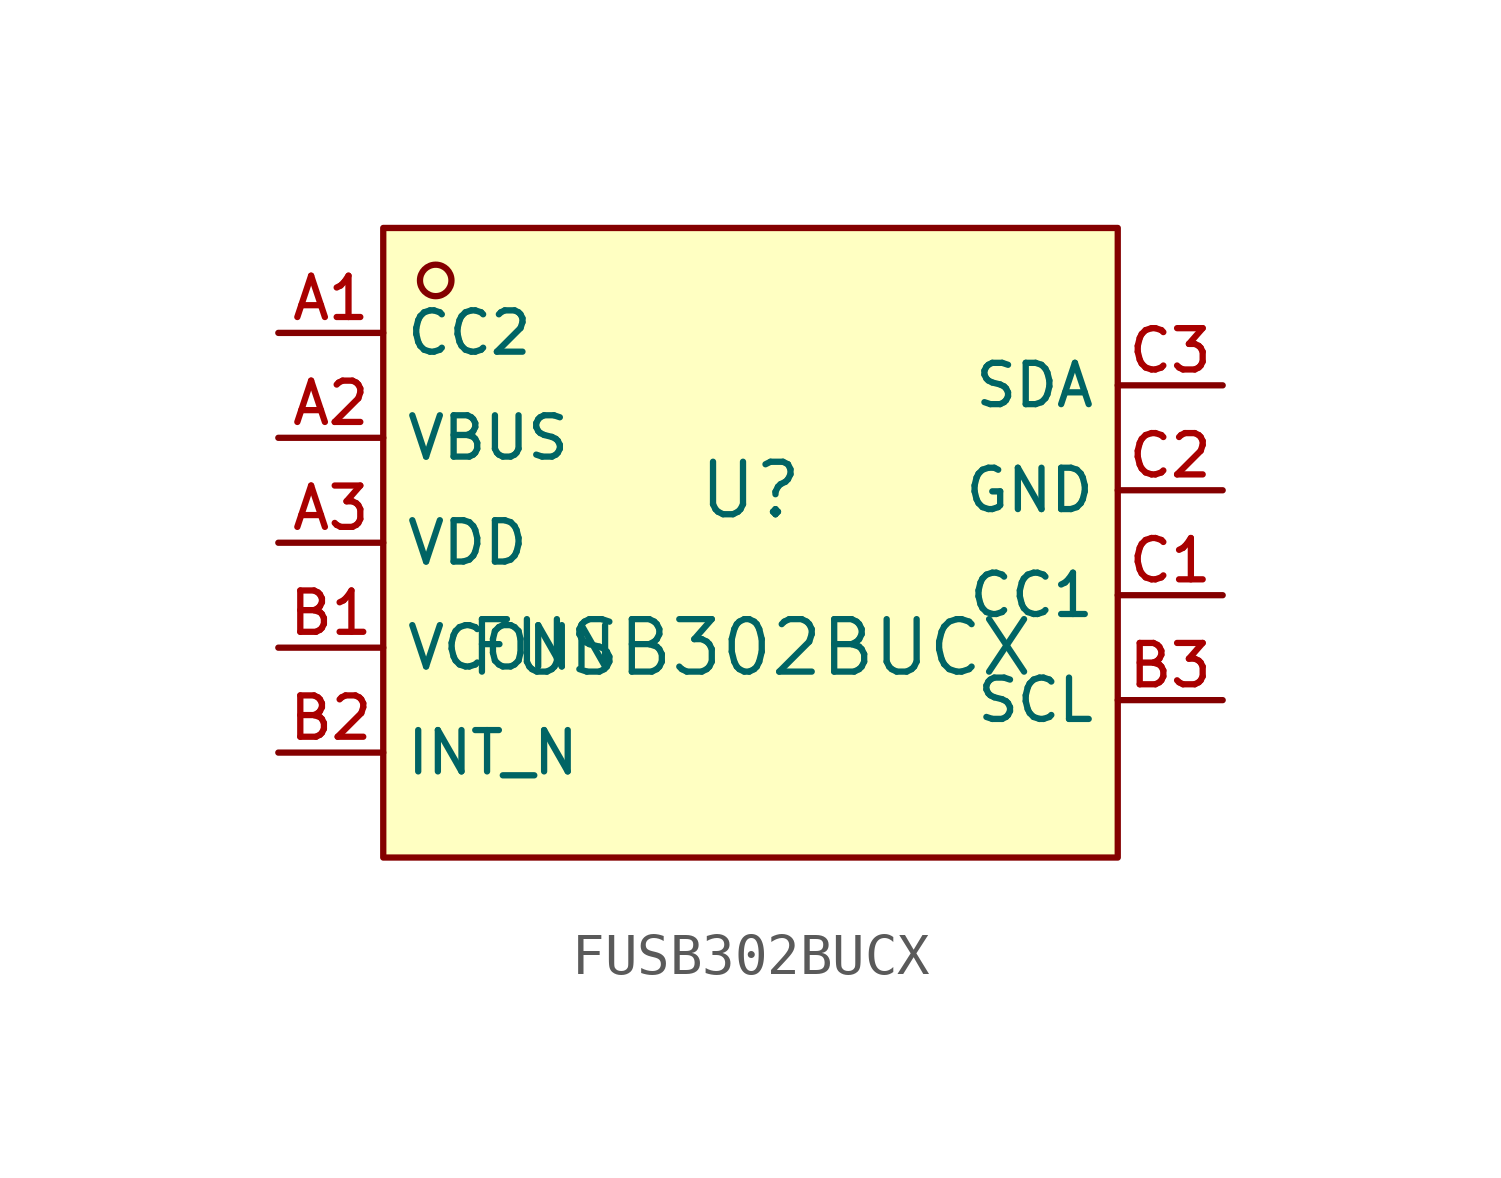
<source format=kicad_sym>
(kicad_symbol_lib
  (version 20210201)
  (generator TousstNicolas/JLC2KiCad_lib)
  (symbol "FUSB302BUCX"
    (property "Reference" "U"
      (at 0 1.27 0)
      (effects (font (size 1.27 1.27))))
    (property "Value" "FUSB302BUCX"
      (at 0 -2.54 0)
      (effects (font (size 1.27 1.27))))
    (symbol "FUSB302BUCX_0_1"
      (rectangle (start -8.89 7.62) (end 8.89 -7.62) (stroke (width 0) (type default) (color 0 0 0 0)) (fill (type background)))
      (circle (center -7.62 6.35) (radius 0.381) (stroke (width 0) (type default) (color 0 0 0 0)) (fill (type background)))
      (pin unspecified line (at -11.43 5.08 0) (length 2.54) (name "CC2" (effects (font (size 1 1)))) (number "A1" (effects (font (size 1 1)))))
      (pin unspecified line (at -11.43 2.54 0) (length 2.54) (name "VBUS" (effects (font (size 1 1)))) (number "A2" (effects (font (size 1 1)))))
      (pin unspecified line (at -11.43 -0.0 0) (length 2.54) (name "VDD" (effects (font (size 1 1)))) (number "A3" (effects (font (size 1 1)))))
      (pin unspecified line (at -11.43 -2.54 0) (length 2.54) (name "VCONN" (effects (font (size 1 1)))) (number "B1" (effects (font (size 1 1)))))
      (pin unspecified line (at -11.43 -5.08 0) (length 2.54) (name "INT_N" (effects (font (size 1 1)))) (number "B2" (effects (font (size 1 1)))))
      (pin unspecified line (at 11.43 -3.81 180) (length 2.54) (name "SCL" (effects (font (size 1 1)))) (number "B3" (effects (font (size 1 1)))))
      (pin unspecified line (at 11.43 -1.27 180) (length 2.54) (name "CC1" (effects (font (size 1 1)))) (number "C1" (effects (font (size 1 1)))))
      (pin unspecified line (at 11.43 1.27 180) (length 2.54) (name "GND" (effects (font (size 1 1)))) (number "C2" (effects (font (size 1 1)))))
      (pin unspecified line (at 11.43 3.81 180) (length 2.54) (name "SDA" (effects (font (size 1 1)))) (number "C3" (effects (font (size 1 1))))))))
</source>
